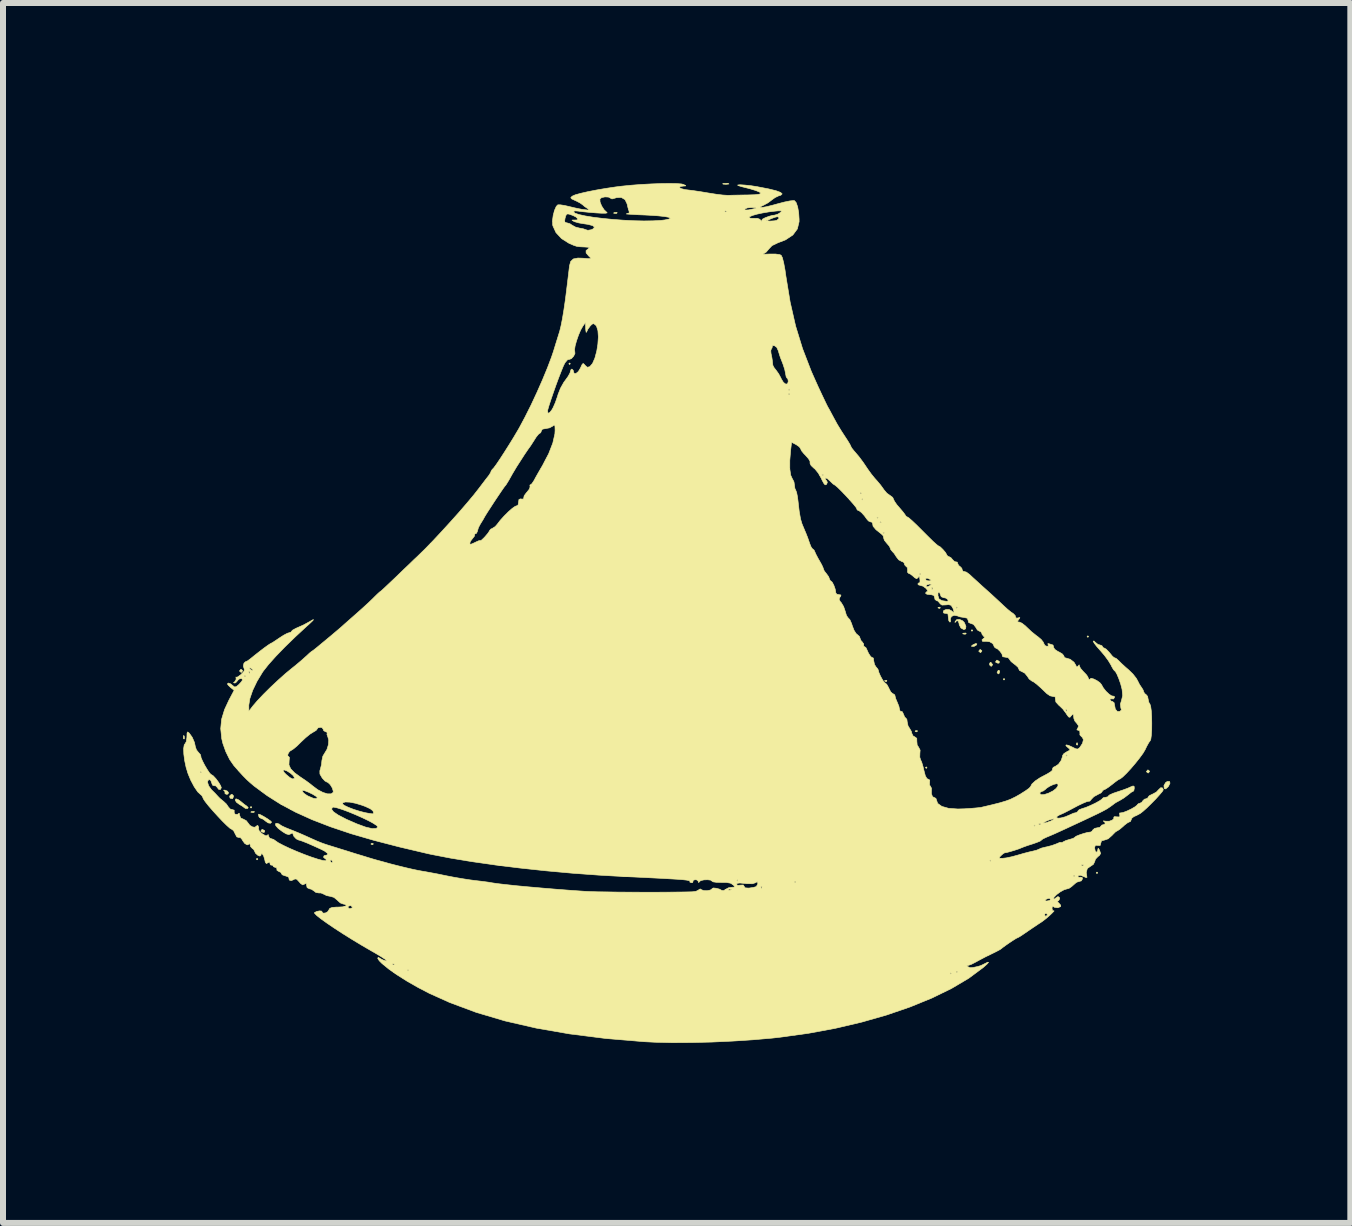
<source format=kicad_pcb>
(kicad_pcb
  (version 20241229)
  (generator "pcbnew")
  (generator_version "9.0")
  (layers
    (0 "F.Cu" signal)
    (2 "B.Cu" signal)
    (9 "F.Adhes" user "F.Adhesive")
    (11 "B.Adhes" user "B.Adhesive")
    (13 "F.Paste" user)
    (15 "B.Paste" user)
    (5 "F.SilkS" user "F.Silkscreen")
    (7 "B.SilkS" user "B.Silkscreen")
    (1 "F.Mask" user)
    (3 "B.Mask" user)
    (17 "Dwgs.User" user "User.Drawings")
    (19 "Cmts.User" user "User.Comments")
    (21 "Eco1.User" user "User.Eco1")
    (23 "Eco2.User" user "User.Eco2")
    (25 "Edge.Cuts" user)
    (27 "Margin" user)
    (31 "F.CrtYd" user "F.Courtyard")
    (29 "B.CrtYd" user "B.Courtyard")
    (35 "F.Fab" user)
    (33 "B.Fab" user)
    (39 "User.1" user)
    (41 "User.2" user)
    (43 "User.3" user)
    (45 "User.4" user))
  (footprint "tajin"
    (layer "F.Cu")
    (at 8.41 7.291)
    (property "Reference" "tajin" (at 0 0 0) (layer "F.SilkS") (effects (font (size 1.524 1.524) (thickness 0.3))))
    (attr through_hole)
    (fp_poly (pts (xy -7.264 3.111) (xy -7.277 3.124) (xy -7.29 3.111) (xy -7.277 3.099) (xy -7.264 3.111)) (stroke (width 0.01) (type solid)) (fill yes) (layer "F.SilkS"))
    (fp_poly (pts (xy -7.163 3.975) (xy -7.176 3.988) (xy -7.188 3.975) (xy -7.176 3.962) (xy -7.163 3.975)) (stroke (width 0.01) (type solid)) (fill yes) (layer "F.SilkS"))
    (fp_poly (pts (xy -1.956 -4.28) (xy -1.968 -4.267) (xy -1.981 -4.28) (xy -1.968 -4.293) (xy -1.956 -4.28)) (stroke (width 0.01) (type solid)) (fill yes) (layer "F.SilkS"))
    (fp_poly (pts (xy 3.988 2.451) (xy 3.975 2.464) (xy 3.962 2.451) (xy 3.975 2.438) (xy 3.988 2.451)) (stroke (width 0.01) (type solid)) (fill yes) (layer "F.SilkS"))
    (fp_poly (pts (xy 4.75 0.165) (xy 4.737 0.178) (xy 4.724 0.165) (xy 4.737 0.152) (xy 4.75 0.165)) (stroke (width 0.01) (type solid)) (fill yes) (layer "F.SilkS"))
    (fp_poly (pts (xy 5.283 0.978) (xy 5.271 0.991) (xy 5.258 0.978) (xy 5.271 0.965) (xy 5.283 0.978)) (stroke (width 0.01) (type solid)) (fill yes) (layer "F.SilkS"))
    (fp_poly (pts (xy 6.68 0.267) (xy 6.668 0.279) (xy 6.655 0.267) (xy 6.668 0.254) (xy 6.68 0.267)) (stroke (width 0.01) (type solid)) (fill yes) (layer "F.SilkS"))
    (fp_poly (pts (xy 6.833 4.204) (xy 6.82 4.216) (xy 6.807 4.204) (xy 6.82 4.191) (xy 6.833 4.204)) (stroke (width 0.01) (type solid)) (fill yes) (layer "F.SilkS"))
    (fp_poly (pts (xy -8.39 1.926) (xy -8.387 1.965) (xy -8.392 1.974) (xy -8.404 1.967) (xy -8.405 1.941) (xy -8.399 1.914) (xy -8.39 1.926)) (stroke (width 0.01) (type solid)) (fill yes) (layer "F.SilkS"))
    (fp_poly (pts (xy -7.22 3.185) (xy -7.228 3.197) (xy -7.254 3.198) (xy -7.281 3.192) (xy -7.269 3.183) (xy -7.229 3.18) (xy -7.22 3.185)) (stroke (width 0.01) (type solid)) (fill yes) (layer "F.SilkS"))
    (fp_poly (pts (xy -5.241 3.717) (xy -5.244 3.732) (xy -5.258 3.734) (xy -5.279 3.725) (xy -5.275 3.717) (xy -5.245 3.714) (xy -5.241 3.717)) (stroke (width 0.01) (type solid)) (fill yes) (layer "F.SilkS"))
    (fp_poly (pts (xy -1.175 -6.797) (xy -1.183 -6.786) (xy -1.209 -6.784) (xy -1.236 -6.79) (xy -1.224 -6.799) (xy -1.184 -6.802) (xy -1.175 -6.797)) (stroke (width 0.01) (type solid)) (fill yes) (layer "F.SilkS"))
    (fp_poly (pts (xy 3.319 0.999) (xy 3.315 1.014) (xy 3.302 1.016) (xy 3.281 1.007) (xy 3.285 0.999) (xy 3.315 0.996) (xy 3.319 0.999)) (stroke (width 0.01) (type solid)) (fill yes) (layer "F.SilkS"))
    (fp_poly (pts (xy 3.827 1.837) (xy 3.823 1.852) (xy 3.81 1.854) (xy 3.789 1.845) (xy 3.793 1.837) (xy 3.823 1.834) (xy 3.827 1.837)) (stroke (width 0.01) (type solid)) (fill yes) (layer "F.SilkS"))
    (fp_poly (pts (xy 4.208 -0.22) (xy 4.204 -0.205) (xy 4.191 -0.203) (xy 4.17 -0.212) (xy 4.174 -0.22) (xy 4.204 -0.223) (xy 4.208 -0.22)) (stroke (width 0.01) (type solid)) (fill yes) (layer "F.SilkS"))
    (fp_poly (pts (xy 4.641 0.213) (xy 4.634 0.225) (xy 4.608 0.227) (xy 4.581 0.22) (xy 4.593 0.211) (xy 4.632 0.208) (xy 4.641 0.213)) (stroke (width 0.01) (type solid)) (fill yes) (layer "F.SilkS"))
    (fp_poly (pts (xy 6.494 2.04) (xy 6.497 2.071) (xy 6.494 2.074) (xy 6.479 2.071) (xy 6.477 2.057) (xy 6.486 2.036) (xy 6.494 2.04)) (stroke (width 0.01) (type solid)) (fill yes) (layer "F.SilkS"))
    (fp_poly (pts (xy -7.572 2.916) (xy -7.569 2.934) (xy -7.585 2.969) (xy -7.62 2.962) (xy -7.628 2.956) (xy -7.633 2.924) (xy -7.607 2.898) (xy -7.593 2.896) (xy -7.572 2.916)) (stroke (width 0.01) (type solid)) (fill yes) (layer "F.SilkS"))
    (fp_poly (pts (xy -7.418 0.832) (xy -7.417 0.838) (xy -7.436 0.863) (xy -7.442 0.864) (xy -7.467 0.844) (xy -7.468 0.838) (xy -7.448 0.814) (xy -7.442 0.813) (xy -7.418 0.832)) (stroke (width 0.01) (type solid)) (fill yes) (layer "F.SilkS"))
    (fp_poly (pts (xy -7.054 3.498) (xy -7.048 3.505) (xy -7.054 3.527) (xy -7.072 3.531) (xy -7.107 3.517) (xy -7.112 3.505) (xy -7.094 3.481) (xy -7.088 3.48) (xy -7.054 3.498)) (stroke (width 0.01) (type solid)) (fill yes) (layer "F.SilkS"))
    (fp_poly (pts (xy 0.679 -7.282) (xy 0.687 -7.275) (xy 0.652 -7.271) (xy 0.635 -7.27) (xy 0.589 -7.273) (xy 0.583 -7.28) (xy 0.591 -7.282) (xy 0.655 -7.286) (xy 0.679 -7.282)) (stroke (width 0.01) (type solid)) (fill yes) (layer "F.SilkS"))
    (fp_poly (pts (xy 4.819 0.388) (xy 4.813 0.406) (xy 4.777 0.428) (xy 4.755 0.431) (xy 4.726 0.427) (xy 4.745 0.41) (xy 4.75 0.406) (xy 4.796 0.384) (xy 4.819 0.388)) (stroke (width 0.01) (type solid)) (fill yes) (layer "F.SilkS"))
    (fp_poly (pts (xy 4.901 0.502) (xy 4.902 0.508) (xy 4.883 0.533) (xy 4.877 0.533) (xy 4.852 0.514) (xy 4.851 0.508) (xy 4.871 0.483) (xy 4.877 0.483) (xy 4.901 0.502)) (stroke (width 0.01) (type solid)) (fill yes) (layer "F.SilkS"))
    (fp_poly (pts (xy 5.055 0.699) (xy 5.079 0.731) (xy 5.08 0.738) (xy 5.061 0.761) (xy 5.055 0.762) (xy 5.032 0.741) (xy 5.029 0.722) (xy 5.042 0.696) (xy 5.055 0.699)) (stroke (width 0.01) (type solid)) (fill yes) (layer "F.SilkS"))
    (fp_poly (pts (xy 5.189 0.679) (xy 5.194 0.686) (xy 5.189 0.708) (xy 5.17 0.711) (xy 5.136 0.698) (xy 5.131 0.686) (xy 5.149 0.661) (xy 5.155 0.66) (xy 5.189 0.679)) (stroke (width 0.01) (type solid)) (fill yes) (layer "F.SilkS"))
    (fp_poly (pts (xy 5.196 0.836) (xy 5.199 0.852) (xy 5.187 0.885) (xy 5.177 0.889) (xy 5.157 0.87) (xy 5.156 0.865) (xy 5.174 0.83) (xy 5.177 0.828) (xy 5.196 0.836)) (stroke (width 0.01) (type solid)) (fill yes) (layer "F.SilkS"))
    (fp_poly (pts (xy 7.695 2.509) (xy 7.696 2.515) (xy 7.677 2.539) (xy 7.671 2.54) (xy 7.646 2.521) (xy 7.645 2.515) (xy 7.665 2.49) (xy 7.671 2.489) (xy 7.695 2.509)) (stroke (width 0.01) (type solid)) (fill yes) (layer "F.SilkS"))
    (fp_poly (pts (xy 8.037 2.71) (xy 8.012 2.761) (xy 8.005 2.77) (xy 7.965 2.806) (xy 7.941 2.8) (xy 7.936 2.75) (xy 7.963 2.701) (xy 7.989 2.683) (xy 8.029 2.681) (xy 8.037 2.71)) (stroke (width 0.01) (type solid)) (fill yes) (layer "F.SilkS"))
    (fp_poly (pts (xy -7.711 2.826) (xy -7.669 2.843) (xy -7.651 2.871) (xy -7.663 2.892) (xy -7.683 2.896) (xy -7.711 2.885) (xy -7.71 2.872) (xy -7.715 2.843) (xy -7.728 2.835) (xy -7.734 2.826) (xy -7.711 2.826)) (stroke (width 0.01) (type solid)) (fill yes) (layer "F.SilkS"))
    (fp_poly (pts (xy -7.483 2.988) (xy -7.446 3.016) (xy -7.39 3.063) (xy -7.353 3.088) (xy -7.324 3.116) (xy -7.332 3.131) (xy -7.37 3.131) (xy -7.385 3.12) (xy -7.429 3.088) (xy -7.47 3.064) (xy -7.516 3.031) (xy -7.539 2.997) (xy -7.534 2.974) (xy -7.521 2.972) (xy -7.483 2.988)) (stroke (width 0.01) (type solid)) (fill yes) (layer "F.SilkS"))
    (fp_poly (pts (xy -7.115 3.238) (xy -7.06 3.268) (xy -7 3.305) (xy -6.953 3.339) (xy -6.934 3.359) (xy -6.952 3.378) (xy -6.991 3.372) (xy -7.031 3.345) (xy -7.036 3.34) (xy -7.078 3.308) (xy -7.1 3.302) (xy -7.136 3.282) (xy -7.147 3.264) (xy -7.153 3.231) (xy -7.148 3.226) (xy -7.115 3.238)) (stroke (width 0.01) (type solid)) (fill yes) (layer "F.SilkS"))
    (fp_poly (pts (xy 4.583 0.005) (xy 4.611 0.035) (xy 4.636 0.096) (xy 4.631 0.138) (xy 4.602 0.151) (xy 4.556 0.126) (xy 4.552 0.122) (xy 4.525 0.071) (xy 4.521 0.046) (xy 4.507 0.006) (xy 4.479 0.005) (xy 4.462 0.026) (xy 4.454 0.032) (xy 4.455 0.02) (xy 4.482 -0.015) (xy 4.53 -0.019) (xy 4.583 0.005)) (stroke (width 0.01) (type solid)) (fill yes) (layer "F.SilkS"))
    (fp_poly (pts (xy -0.188 -7.282) (xy -0.106 -7.276) (xy -0.076 -7.269) (xy -0.034 -7.25) (xy -0.037 -7.242) (xy -0.068 -7.241) (xy -0.125 -7.233) (xy -0.138 -7.217) (xy -0.111 -7.199) (xy -0.048 -7.182) (xy -0.007 -7.177) (xy 0.09 -7.165) (xy 0.212 -7.147) (xy 0.338 -7.126) (xy 0.363 -7.122) (xy 0.477 -7.104) (xy 0.583 -7.091) (xy 0.663 -7.086) (xy 0.68 -7.086) (xy 0.75 -7.088) (xy 0.852 -7.09) (xy 0.966 -7.092) (xy 0.997 -7.092) (xy 1.12 -7.096) (xy 1.194 -7.105) (xy 1.219 -7.122) (xy 1.219 -7.122) (xy 1.196 -7.141) (xy 1.135 -7.166) (xy 1.046 -7.193) (xy 0.997 -7.206) (xy 0.897 -7.231) (xy 0.843 -7.248) (xy 0.831 -7.257) (xy 0.856 -7.261) (xy 0.876 -7.262) (xy 0.953 -7.257) (xy 1.057 -7.246) (xy 1.166 -7.229) (xy 1.168 -7.228) (xy 1.345 -7.194) (xy 1.471 -7.163) (xy 1.547 -7.135) (xy 1.574 -7.11) (xy 1.551 -7.088) (xy 1.517 -7.078) (xy 1.456 -7.049) (xy 1.402 -7.01) (xy 1.337 -6.961) (xy 1.263 -6.921) (xy 1.215 -6.897) (xy 1.212 -6.885) (xy 1.247 -6.885) (xy 1.316 -6.897) (xy 1.413 -6.921) (xy 1.511 -6.948) (xy 1.615 -6.975) (xy 1.704 -6.993) (xy 1.764 -6.999) (xy 1.778 -6.998) (xy 1.807 -6.965) (xy 1.832 -6.894) (xy 1.849 -6.798) (xy 1.856 -6.69) (xy 1.856 -6.646) (xy 1.827 -6.526) (xy 1.752 -6.425) (xy 1.63 -6.344) (xy 1.503 -6.295) (xy 1.405 -6.248) (xy 1.352 -6.192) (xy 1.307 -6.139) (xy 1.259 -6.111) (xy 1.254 -6.106) (xy 1.292 -6.105) (xy 1.364 -6.108) (xy 1.364 -6.108) (xy 1.463 -6.108) (xy 1.534 -6.098) (xy 1.557 -6.087) (xy 1.577 -6.048) (xy 1.599 -5.963) (xy 1.622 -5.839) (xy 1.636 -5.74) (xy 1.707 -5.307) (xy 1.798 -4.908) (xy 1.914 -4.53) (xy 2.057 -4.159) (xy 2.082 -4.102) (xy 2.127 -4.001) (xy 2.177 -3.89) (xy 2.229 -3.779) (xy 2.276 -3.68) (xy 2.313 -3.603) (xy 2.335 -3.559) (xy 2.337 -3.556) (xy 2.361 -3.514) (xy 2.399 -3.443) (xy 2.436 -3.374) (xy 2.491 -3.273) (xy 2.56 -3.16) (xy 2.614 -3.077) (xy 2.665 -2.999) (xy 2.702 -2.938) (xy 2.718 -2.905) (xy 2.718 -2.903) (xy 2.734 -2.874) (xy 2.774 -2.824) (xy 2.79 -2.806) (xy 2.852 -2.733) (xy 2.915 -2.649) (xy 2.93 -2.628) (xy 3.004 -2.518) (xy 3.062 -2.438) (xy 3.115 -2.373) (xy 3.158 -2.325) (xy 3.215 -2.257) (xy 3.264 -2.189) (xy 3.27 -2.18) (xy 3.319 -2.122) (xy 3.37 -2.086) (xy 3.415 -2.053) (xy 3.429 -2.024) (xy 3.445 -1.988) (xy 3.486 -1.929) (xy 3.53 -1.878) (xy 3.584 -1.815) (xy 3.621 -1.766) (xy 3.632 -1.746) (xy 3.652 -1.728) (xy 3.659 -1.727) (xy 3.686 -1.71) (xy 3.74 -1.663) (xy 3.815 -1.592) (xy 3.902 -1.505) (xy 3.921 -1.486) (xy 4.01 -1.397) (xy 4.086 -1.322) (xy 4.144 -1.27) (xy 4.175 -1.245) (xy 4.177 -1.245) (xy 4.209 -1.227) (xy 4.253 -1.184) (xy 4.295 -1.135) (xy 4.317 -1.096) (xy 4.318 -1.091) (xy 4.338 -1.069) (xy 4.35 -1.067) (xy 4.387 -1.047) (xy 4.414 -1.015) (xy 4.448 -0.981) (xy 4.471 -0.978) (xy 4.493 -0.973) (xy 4.496 -0.957) (xy 4.516 -0.916) (xy 4.534 -0.905) (xy 4.568 -0.871) (xy 4.572 -0.851) (xy 4.588 -0.82) (xy 4.605 -0.818) (xy 4.644 -0.807) (xy 4.695 -0.769) (xy 4.703 -0.762) (xy 4.751 -0.717) (xy 4.825 -0.65) (xy 4.911 -0.571) (xy 4.954 -0.533) (xy 5.052 -0.445) (xy 5.153 -0.352) (xy 5.239 -0.272) (xy 5.262 -0.25) (xy 5.33 -0.188) (xy 5.389 -0.14) (xy 5.423 -0.118) (xy 5.457 -0.084) (xy 5.461 -0.065) (xy 5.477 -0.039) (xy 5.505 -0.044) (xy 5.535 -0.051) (xy 5.527 -0.032) (xy 5.515 -0.017) (xy 5.494 0.015) (xy 5.512 0.025) (xy 5.525 0.025) (xy 5.568 0.043) (xy 5.625 0.087) (xy 5.652 0.113) (xy 5.728 0.185) (xy 5.814 0.254) (xy 5.833 0.267) (xy 5.891 0.316) (xy 5.926 0.361) (xy 5.931 0.376) (xy 5.952 0.415) (xy 5.978 0.427) (xy 6.011 0.426) (xy 6.006 0.405) (xy 6.002 0.383) (xy 6.03 0.389) (xy 6.073 0.404) (xy 6.085 0.406) (xy 6.095 0.427) (xy 6.096 0.446) (xy 6.117 0.48) (xy 6.17 0.516) (xy 6.185 0.522) (xy 6.24 0.554) (xy 6.267 0.585) (xy 6.267 0.591) (xy 6.282 0.619) (xy 6.299 0.623) (xy 6.373 0.645) (xy 6.437 0.694) (xy 6.465 0.74) (xy 6.482 0.775) (xy 6.501 0.764) (xy 6.505 0.759) (xy 6.523 0.738) (xy 6.527 0.757) (xy 6.545 0.795) (xy 6.588 0.845) (xy 6.598 0.855) (xy 6.643 0.902) (xy 6.667 0.936) (xy 6.668 0.94) (xy 6.683 0.976) (xy 6.687 0.98) (xy 6.704 0.981) (xy 6.706 0.973) (xy 6.723 0.962) (xy 6.767 0.974) (xy 6.82 1.001) (xy 6.868 1.035) (xy 6.896 1.068) (xy 6.897 1.071) (xy 6.925 1.121) (xy 6.97 1.178) (xy 7.022 1.227) (xy 7.066 1.256) (xy 7.086 1.258) (xy 7.108 1.263) (xy 7.112 1.28) (xy 7.096 1.307) (xy 7.074 1.305) (xy 7.041 1.306) (xy 7.036 1.318) (xy 7.056 1.343) (xy 7.074 1.346) (xy 7.105 1.368) (xy 7.112 1.403) (xy 7.126 1.476) (xy 7.16 1.515) (xy 7.2 1.515) (xy 7.228 1.49) (xy 7.218 1.457) (xy 7.21 1.392) (xy 7.228 1.334) (xy 7.248 1.251) (xy 7.239 1.152) (xy 7.237 1.141) (xy 7.215 1.056) (xy 7.185 0.97) (xy 7.154 0.896) (xy 7.127 0.848) (xy 7.114 0.838) (xy 7.095 0.817) (xy 7.065 0.765) (xy 7.052 0.738) (xy 7.009 0.667) (xy 6.945 0.58) (xy 6.88 0.504) (xy 6.819 0.435) (xy 6.775 0.378) (xy 6.757 0.345) (xy 6.757 0.344) (xy 6.77 0.34) (xy 6.792 0.362) (xy 6.837 0.398) (xy 6.867 0.406) (xy 6.903 0.419) (xy 6.909 0.432) (xy 6.929 0.456) (xy 6.941 0.458) (xy 6.974 0.477) (xy 7.02 0.525) (xy 7.036 0.544) (xy 7.078 0.595) (xy 7.109 0.62) (xy 7.115 0.621) (xy 7.14 0.631) (xy 7.181 0.668) (xy 7.181 0.668) (xy 7.229 0.716) (xy 7.298 0.779) (xy 7.348 0.822) (xy 7.418 0.89) (xy 7.474 0.961) (xy 7.496 1) (xy 7.529 1.065) (xy 7.561 1.113) (xy 7.562 1.113) (xy 7.59 1.159) (xy 7.595 1.18) (xy 7.615 1.218) (xy 7.633 1.228) (xy 7.663 1.262) (xy 7.671 1.302) (xy 7.684 1.363) (xy 7.703 1.393) (xy 7.715 1.431) (xy 7.725 1.504) (xy 7.731 1.602) (xy 7.733 1.711) (xy 7.732 1.819) (xy 7.726 1.912) (xy 7.717 1.978) (xy 7.707 2.002) (xy 7.684 2.033) (xy 7.649 2.096) (xy 7.622 2.153) (xy 7.587 2.212) (xy 7.53 2.29) (xy 7.46 2.378) (xy 7.385 2.466) (xy 7.312 2.545) (xy 7.25 2.605) (xy 7.207 2.638) (xy 7.196 2.642) (xy 7.17 2.656) (xy 7.117 2.695) (xy 7.072 2.731) (xy 7.007 2.78) (xy 6.956 2.812) (xy 6.936 2.819) (xy 6.91 2.838) (xy 6.909 2.846) (xy 6.887 2.872) (xy 6.835 2.898) (xy 6.832 2.9) (xy 6.769 2.934) (xy 6.729 2.975) (xy 6.701 3.009) (xy 6.682 3.011) (xy 6.652 3.017) (xy 6.589 3.043) (xy 6.503 3.084) (xy 6.452 3.111) (xy 6.354 3.163) (xy 6.27 3.206) (xy 6.21 3.233) (xy 6.195 3.239) (xy 6.155 3.263) (xy 6.147 3.28) (xy 6.168 3.294) (xy 6.221 3.289) (xy 6.292 3.27) (xy 6.366 3.239) (xy 6.371 3.236) (xy 6.43 3.21) (xy 6.471 3.201) (xy 6.5 3.185) (xy 6.502 3.175) (xy 6.524 3.152) (xy 6.572 3.134) (xy 6.635 3.114) (xy 6.713 3.081) (xy 6.793 3.043) (xy 6.86 3.006) (xy 6.902 2.977) (xy 6.909 2.966) (xy 6.93 2.95) (xy 6.96 2.946) (xy 7.001 2.937) (xy 7.01 2.923) (xy 7.033 2.904) (xy 7.091 2.878) (xy 7.156 2.856) (xy 7.249 2.825) (xy 7.333 2.794) (xy 7.372 2.776) (xy 7.421 2.756) (xy 7.439 2.763) (xy 7.442 2.793) (xy 7.434 2.835) (xy 7.423 2.845) (xy 7.393 2.86) (xy 7.345 2.898) (xy 7.34 2.902) (xy 7.269 2.956) (xy 7.201 2.997) (xy 7.145 3.027) (xy 7.113 3.047) (xy 7.112 3.048) (xy 7.084 3.07) (xy 7.033 3.107) (xy 7.023 3.113) (xy 6.991 3.135) (xy 6.952 3.157) (xy 6.901 3.184) (xy 6.831 3.219) (xy 6.734 3.265) (xy 6.605 3.326) (xy 6.437 3.404) (xy 6.426 3.409) (xy 6.289 3.473) (xy 6.188 3.519) (xy 6.116 3.552) (xy 6.063 3.575) (xy 6.02 3.593) (xy 5.979 3.61) (xy 5.975 3.612) (xy 5.92 3.638) (xy 5.893 3.658) (xy 5.893 3.66) (xy 5.871 3.676) (xy 5.813 3.699) (xy 5.747 3.722) (xy 5.662 3.749) (xy 5.593 3.774) (xy 5.563 3.786) (xy 5.516 3.805) (xy 5.447 3.828) (xy 5.373 3.85) (xy 5.313 3.866) (xy 5.283 3.87) (xy 5.258 3.883) (xy 5.222 3.915) (xy 5.19 3.948) (xy 5.199 3.961) (xy 5.247 3.962) (xy 5.309 3.955) (xy 5.399 3.936) (xy 5.499 3.909) (xy 5.499 3.909) (xy 5.599 3.88) (xy 5.691 3.856) (xy 5.753 3.842) (xy 5.816 3.826) (xy 5.855 3.809) (xy 5.894 3.792) (xy 5.962 3.775) (xy 5.982 3.771) (xy 6.068 3.749) (xy 6.145 3.721) (xy 6.153 3.717) (xy 6.201 3.697) (xy 6.223 3.697) (xy 6.223 3.698) (xy 6.238 3.7) (xy 6.255 3.689) (xy 6.301 3.666) (xy 6.368 3.646) (xy 6.369 3.646) (xy 6.425 3.629) (xy 6.451 3.612) (xy 6.452 3.61) (xy 6.473 3.594) (xy 6.527 3.572) (xy 6.595 3.549) (xy 6.661 3.531) (xy 6.706 3.525) (xy 6.713 3.525) (xy 6.737 3.511) (xy 6.747 3.493) (xy 6.781 3.463) (xy 6.823 3.454) (xy 6.869 3.445) (xy 6.883 3.429) (xy 6.904 3.406) (xy 6.921 3.404) (xy 6.956 3.389) (xy 6.951 3.36) (xy 6.928 3.343) (xy 6.926 3.338) (xy 6.963 3.343) (xy 6.966 3.344) (xy 7.025 3.344) (xy 7.076 3.325) (xy 7.103 3.297) (xy 7.1 3.277) (xy 7.112 3.267) (xy 7.151 3.271) (xy 7.196 3.273) (xy 7.202 3.252) (xy 7.198 3.24) (xy 7.196 3.207) (xy 7.217 3.205) (xy 7.257 3.198) (xy 7.32 3.174) (xy 7.39 3.141) (xy 7.452 3.105) (xy 7.489 3.076) (xy 7.493 3.067) (xy 7.513 3.05) (xy 7.528 3.048) (xy 7.568 3.028) (xy 7.578 3.01) (xy 7.612 2.976) (xy 7.632 2.972) (xy 7.666 2.958) (xy 7.671 2.945) (xy 7.692 2.919) (xy 7.744 2.893) (xy 7.748 2.892) (xy 7.81 2.858) (xy 7.85 2.816) (xy 7.883 2.785) (xy 7.914 2.79) (xy 7.925 2.821) (xy 7.908 2.85) (xy 7.862 2.904) (xy 7.799 2.974) (xy 7.725 3.049) (xy 7.652 3.121) (xy 7.587 3.179) (xy 7.542 3.214) (xy 7.539 3.216) (xy 7.477 3.249) (xy 7.436 3.266) (xy 7.398 3.296) (xy 7.391 3.318) (xy 7.376 3.35) (xy 7.365 3.353) (xy 7.331 3.369) (xy 7.278 3.409) (xy 7.257 3.429) (xy 7.203 3.475) (xy 7.163 3.502) (xy 7.155 3.505) (xy 7.127 3.523) (xy 7.083 3.567) (xy 7.07 3.581) (xy 7.006 3.637) (xy 6.945 3.658) (xy 6.896 3.67) (xy 6.883 3.71) (xy 6.873 3.748) (xy 6.835 3.747) (xy 6.833 3.747) (xy 6.795 3.743) (xy 6.782 3.776) (xy 6.782 3.796) (xy 6.792 3.844) (xy 6.813 3.861) (xy 6.831 3.84) (xy 6.834 3.816) (xy 6.84 3.794) (xy 6.857 3.817) (xy 6.865 3.833) (xy 6.881 3.882) (xy 6.859 3.916) (xy 6.838 3.931) (xy 6.795 3.976) (xy 6.782 4.017) (xy 6.76 4.063) (xy 6.722 4.088) (xy 6.659 4.132) (xy 6.641 4.2) (xy 6.648 4.242) (xy 6.653 4.281) (xy 6.632 4.281) (xy 6.609 4.27) (xy 6.544 4.244) (xy 6.508 4.25) (xy 6.502 4.266) (xy 6.521 4.28) (xy 6.54 4.276) (xy 6.573 4.281) (xy 6.579 4.303) (xy 6.559 4.338) (xy 6.539 4.343) (xy 6.486 4.359) (xy 6.463 4.375) (xy 6.397 4.433) (xy 6.355 4.462) (xy 6.327 4.47) (xy 6.325 4.47) (xy 6.274 4.485) (xy 6.21 4.52) (xy 6.148 4.566) (xy 6.106 4.609) (xy 6.096 4.632) (xy 6.109 4.642) (xy 6.126 4.628) (xy 6.17 4.599) (xy 6.194 4.614) (xy 6.198 4.636) (xy 6.181 4.669) (xy 6.167 4.674) (xy 6.161 4.685) (xy 6.186 4.71) (xy 6.216 4.744) (xy 6.215 4.766) (xy 6.168 4.786) (xy 6.113 4.779) (xy 6.09 4.763) (xy 6.076 4.763) (xy 6.071 4.796) (xy 6.08 4.837) (xy 6.102 4.836) (xy 6.105 4.84) (xy 6.076 4.871) (xy 6.045 4.901) (xy 5.976 4.962) (xy 5.909 5.014) (xy 5.89 5.027) (xy 5.836 5.062) (xy 5.757 5.115) (xy 5.67 5.174) (xy 5.669 5.175) (xy 5.593 5.227) (xy 5.534 5.266) (xy 5.503 5.283) (xy 5.502 5.283) (xy 5.474 5.296) (xy 5.42 5.33) (xy 5.355 5.373) (xy 5.292 5.417) (xy 5.246 5.451) (xy 5.232 5.463) (xy 5.204 5.483) (xy 5.144 5.515) (xy 5.067 5.553) (xy 4.964 5.603) (xy 4.858 5.659) (xy 4.796 5.693) (xy 4.728 5.728) (xy 4.676 5.746) (xy 4.659 5.745) (xy 4.652 5.746) (xy 4.66 5.762) (xy 4.701 5.785) (xy 4.753 5.782) (xy 4.833 5.765) (xy 4.886 5.749) (xy 4.935 5.725) (xy 4.945 5.72) (xy 5 5.693) (xy 5.013 5.696) (xy 4.986 5.727) (xy 4.924 5.782) (xy 4.683 5.961) (xy 4.396 6.131) (xy 4.07 6.29) (xy 3.708 6.438) (xy 3.315 6.573) (xy 2.898 6.692) (xy 2.46 6.795) (xy 2.006 6.879) (xy 1.542 6.943) (xy 1.41 6.958) (xy 1.087 6.986) (xy 0.747 7.008) (xy 0.402 7.024) (xy 0.064 7.032) (xy -0.256 7.034) (xy -0.545 7.027) (xy -0.724 7.018) (xy -1.368 6.964) (xy -1.968 6.888) (xy -2.526 6.791) (xy -3.043 6.672) (xy -3.523 6.53) (xy -3.966 6.365) (xy -4.306 6.212) (xy -4.492 6.115) (xy -4.673 6.012) (xy -4.839 5.907) (xy -4.878 5.88) (xy 4.369 5.88) (xy 4.381 5.893) (xy 4.394 5.88) (xy 4.381 5.867) (xy 4.369 5.88) (xy -4.878 5.88) (xy -4.914 5.855) (xy 4.47 5.855) (xy 4.483 5.867) (xy 4.496 5.855) (xy 4.483 5.842) (xy 4.47 5.855) (xy -4.914 5.855) (xy -4.95 5.829) (xy -4.674 5.829) (xy -4.661 5.842) (xy -4.648 5.829) (xy -4.661 5.817) (xy -4.674 5.829) (xy -4.95 5.829) (xy -4.982 5.807) (xy -5.084 5.723) (xy -4.919 5.723) (xy -4.916 5.739) (xy -4.902 5.74) (xy -4.881 5.731) (xy -4.885 5.723) (xy -4.915 5.72) (xy -4.919 5.723) (xy -5.084 5.723) (xy -5.092 5.717) (xy -5.141 5.668) (xy -5.166 5.627) (xy -5.157 5.612) (xy -5.12 5.633) (xy -5.117 5.636) (xy -5.076 5.657) (xy -5.016 5.675) (xy -5.011 5.669) (xy -5.044 5.643) (xy -5.111 5.599) (xy -5.206 5.542) (xy -5.283 5.498) (xy -5.441 5.406) (xy -5.598 5.311) (xy -5.75 5.216) (xy -5.89 5.125) (xy -6.012 5.042) (xy -6.111 4.971) (xy -6.182 4.915) (xy -6.194 4.902) (xy 5.944 4.902) (xy 5.963 4.927) (xy 5.969 4.928) (xy 5.994 4.908) (xy 5.994 4.902) (xy 5.975 4.878) (xy 5.969 4.877) (xy 5.944 4.896) (xy 5.944 4.902) (xy -6.194 4.902) (xy -6.218 4.878) (xy -6.22 4.867) (xy -6.181 4.847) (xy -6.134 4.838) (xy -6.1 4.842) (xy -6.096 4.85) (xy -6.079 4.875) (xy -6.04 4.874) (xy -6 4.853) (xy -5.982 4.826) (xy -5.964 4.796) (xy -5.926 4.781) (xy -5.855 4.775) (xy -5.828 4.775) (xy -5.664 4.775) (xy -5.644 4.798) (xy -5.626 4.801) (xy -5.592 4.787) (xy -5.588 4.775) (xy -5.609 4.753) (xy -5.626 4.75) (xy -5.66 4.764) (xy -5.664 4.775) (xy -5.828 4.775) (xy -5.752 4.771) (xy -5.702 4.76) (xy -5.69 4.75) (xy -5.711 4.729) (xy -5.739 4.724) (xy -5.788 4.706) (xy -5.831 4.667) (xy 5.949 4.667) (xy 5.974 4.673) (xy 5.988 4.673) (xy 6.033 4.664) (xy 6.045 4.648) (xy 6.029 4.625) (xy 5.983 4.64) (xy 5.969 4.648) (xy 5.949 4.667) (xy -5.831 4.667) (xy -5.837 4.661) (xy -5.895 4.613) (xy -5.949 4.597) (xy -6.018 4.583) (xy -6.057 4.563) (xy -6.112 4.539) (xy -6.147 4.539) (xy -6.196 4.531) (xy -6.222 4.51) (xy -6.271 4.477) (xy -6.302 4.47) (xy -6.342 4.451) (xy -6.35 4.416) (xy -6.356 4.38) (xy -6.38 4.388) (xy -6.386 4.392) (xy -6.417 4.404) (xy -6.453 4.379) (xy -6.474 4.354) (xy -6.515 4.31) (xy -6.546 4.305) (xy -6.565 4.317) (xy -6.605 4.333) (xy -6.638 4.325) (xy -6.646 4.3) (xy -6.642 4.293) (xy -6.654 4.273) (xy -6.701 4.255) (xy -6.706 4.255) (xy -6.755 4.237) (xy -6.77 4.218) (xy -6.77 4.217) (xy -6.78 4.196) (xy -6.81 4.183) (xy -6.845 4.162) (xy -6.846 4.142) (xy -6.851 4.119) (xy -6.869 4.115) (xy -6.904 4.101) (xy -6.909 4.088) (xy -6.924 4.073) (xy -6.934 4.077) (xy -6.955 4.07) (xy -6.96 4.05) (xy -6.967 4.022) (xy -6.995 4.036) (xy -6.996 4.037) (xy -7.022 4.049) (xy -7.039 4.026) (xy -7.044 4.003) (xy -5.96 4.003) (xy -5.956 4.013) (xy -5.933 4.037) (xy -5.929 4.039) (xy -5.918 4.019) (xy -5.918 4.013) (xy -5.938 3.989) (xy -5.945 3.988) (xy -5.96 4.003) (xy -7.044 4.003) (xy -7.05 3.977) (xy -7.067 3.921) (xy -7.089 3.888) (xy -7.106 3.885) (xy -7.112 3.912) (xy -7.129 3.925) (xy -7.163 3.912) (xy -7.203 3.876) (xy -7.214 3.85) (xy -7.234 3.812) (xy -7.252 3.801) (xy -7.285 3.766) (xy -7.29 3.741) (xy -7.297 3.714) (xy -7.309 3.725) (xy -7.34 3.738) (xy -7.381 3.715) (xy -7.417 3.666) (xy -7.425 3.649) (xy -7.455 3.615) (xy -7.479 3.615) (xy -7.514 3.605) (xy -7.541 3.554) (xy -7.567 3.502) (xy -7.595 3.48) (xy -7.595 3.48) (xy -7.627 3.462) (xy -7.682 3.413) (xy -7.754 3.342) (xy -7.833 3.258) (xy -7.913 3.17) (xy -7.985 3.087) (xy -8.041 3.016) (xy -8.073 2.968) (xy -8.077 2.954) (xy -8.097 2.916) (xy -8.113 2.903) (xy -8.165 2.855) (xy -8.223 2.77) (xy -8.282 2.659) (xy -8.326 2.553) (xy -8.334 2.527) (xy -8.128 2.527) (xy -8.115 2.54) (xy -8.103 2.527) (xy -8.115 2.515) (xy -8.128 2.527) (xy -8.334 2.527) (xy -8.359 2.446) (xy -8.383 2.332) (xy -8.397 2.224) (xy -8.4 2.133) (xy -8.39 2.072) (xy -8.377 2.054) (xy -8.356 2.018) (xy -8.346 1.953) (xy -8.345 1.936) (xy -8.343 1.875) (xy -8.333 1.856) (xy -8.31 1.873) (xy -8.305 1.878) (xy -8.257 1.945) (xy -8.22 2.03) (xy -8.204 2.105) (xy -8.204 2.105) (xy -8.186 2.156) (xy -8.153 2.197) (xy -8.12 2.234) (xy -8.114 2.255) (xy -8.11 2.283) (xy -8.086 2.339) (xy -8.05 2.409) (xy -8.008 2.48) (xy -7.971 2.536) (xy -7.944 2.565) (xy -7.94 2.566) (xy -7.907 2.587) (xy -7.862 2.635) (xy -7.817 2.696) (xy -7.783 2.753) (xy -7.772 2.785) (xy -7.787 2.816) (xy -7.817 2.812) (xy -7.84 2.78) (xy -7.869 2.752) (xy -7.888 2.753) (xy -7.918 2.743) (xy -7.93 2.712) (xy -7.948 2.663) (xy -7.976 2.648) (xy -7.997 2.67) (xy -8.001 2.697) (xy -7.983 2.754) (xy -7.939 2.815) (xy -7.931 2.824) (xy -7.877 2.877) (xy -7.837 2.92) (xy -7.834 2.924) (xy -7.795 2.964) (xy -7.739 3.01) (xy -7.738 3.01) (xy -7.687 3.058) (xy -7.656 3.104) (xy -7.656 3.105) (xy -7.622 3.142) (xy -7.591 3.15) (xy -7.557 3.16) (xy -7.558 3.178) (xy -7.556 3.213) (xy -7.541 3.227) (xy -7.501 3.231) (xy -7.488 3.218) (xy -7.473 3.211) (xy -7.468 3.243) (xy -7.449 3.291) (xy -7.41 3.307) (xy -7.356 3.335) (xy -7.329 3.37) (xy -7.296 3.413) (xy -7.249 3.44) (xy -7.209 3.444) (xy -7.192 3.428) (xy -7.169 3.414) (xy -7.162 3.417) (xy -7.149 3.449) (xy -7.153 3.465) (xy -7.143 3.501) (xy -7.1 3.546) (xy -7.09 3.553) (xy -7.035 3.586) (xy -7.007 3.583) (xy -7.002 3.575) (xy -6.991 3.566) (xy -6.987 3.588) (xy -6.968 3.625) (xy -6.949 3.632) (xy -6.9 3.648) (xy -6.878 3.664) (xy -6.825 3.701) (xy -6.74 3.746) (xy -6.632 3.797) (xy -6.511 3.849) (xy -6.386 3.899) (xy -6.266 3.943) (xy -6.161 3.977) (xy -6.08 3.998) (xy -6.032 4.003) (xy -6.024 3.999) (xy -6.027 3.976) (xy -6.039 3.97) (xy -6.069 3.944) (xy -6.059 3.918) (xy -6.032 3.912) (xy -5.997 3.902) (xy -6.004 3.877) (xy -6.05 3.842) (xy -6.102 3.815) (xy -6.227 3.758) (xy -6.336 3.71) (xy -6.422 3.676) (xy -6.474 3.659) (xy -6.482 3.658) (xy -6.523 3.638) (xy -6.563 3.595) (xy -6.579 3.555) (xy -6.587 3.537) (xy -6.615 3.554) (xy -6.647 3.567) (xy -6.693 3.554) (xy -6.753 3.517) (xy -6.823 3.464) (xy -6.864 3.418) (xy -6.871 3.387) (xy -6.846 3.378) (xy -6.805 3.392) (xy -6.797 3.4) (xy -6.767 3.42) (xy -6.706 3.449) (xy -6.662 3.467) (xy -6.573 3.502) (xy -6.464 3.547) (xy -6.375 3.586) (xy -6.26 3.638) (xy -6.179 3.674) (xy -6.12 3.698) (xy -6.073 3.716) (xy -6.058 3.721) (xy -6.004 3.739) (xy -5.914 3.767) (xy -5.798 3.803) (xy -5.669 3.843) (xy -5.536 3.885) (xy -5.41 3.923) (xy -5.303 3.956) (xy -5.226 3.979) (xy -5.194 3.988) (xy -5.128 4.006) (xy -5.036 4.031) (xy -4.966 4.051) (xy -4.837 4.084) (xy -4.703 4.117) (xy -4.578 4.146) (xy -4.475 4.167) (xy -4.42 4.177) (xy -4.371 4.185) (xy -4.285 4.201) (xy -4.172 4.222) (xy -4.046 4.248) (xy -4.037 4.25) (xy -3.897 4.277) (xy -3.758 4.301) (xy -3.636 4.32) (xy -3.554 4.331) (xy -3.442 4.344) (xy -3.327 4.359) (xy -3.264 4.37) (xy -3.168 4.384) (xy -3.029 4.4) (xy -2.853 4.419) (xy -2.649 4.438) (xy -2.422 4.458) (xy -2.181 4.478) (xy -1.933 4.497) (xy -1.714 4.512) (xy -1.629 4.516) (xy -1.501 4.52) (xy -1.34 4.522) (xy -1.154 4.525) (xy -0.951 4.526) (xy -0.74 4.527) (xy -0.529 4.527) (xy -0.328 4.526) (xy -0.144 4.524) (xy -0.064 4.523) (xy -0.003 4.522) (xy 0.074 4.52) (xy 0.075 4.52) (xy 0.14 4.511) (xy 0.18 4.491) (xy 0.182 4.488) (xy 0.209 4.472) (xy 0.228 4.485) (xy 0.267 4.5) (xy 0.324 4.501) (xy 0.377 4.491) (xy 0.406 4.471) (xy 0.406 4.467) (xy 0.427 4.456) (xy 0.474 4.461) (xy 0.528 4.475) (xy 0.568 4.497) (xy 0.569 4.497) (xy 0.602 4.499) (xy 0.615 4.49) (xy 0.671 4.49) (xy 0.696 4.494) (xy 0.729 4.489) (xy 0.73 4.48) (xy 0.696 4.474) (xy 0.681 4.478) (xy 0.671 4.49) (xy 0.615 4.49) (xy 0.628 4.481) (xy 0.68 4.453) (xy 0.731 4.445) (xy 0.777 4.442) (xy 0.778 4.426) (xy 0.756 4.402) (xy 0.742 4.394) (xy 0.813 4.394) (xy 0.833 4.414) (xy 0.876 4.409) (xy 0.926 4.406) (xy 0.94 4.429) (xy 0.957 4.454) (xy 1.013 4.458) (xy 1.028 4.457) (xy 1.095 4.447) (xy 1.103 4.445) (xy 1.219 4.445) (xy 1.228 4.466) (xy 1.236 4.462) (xy 1.239 4.432) (xy 1.236 4.428) (xy 1.221 4.432) (xy 1.219 4.445) (xy 1.103 4.445) (xy 1.14 4.434) (xy 1.142 4.433) (xy 1.166 4.396) (xy 1.168 4.377) (xy 1.163 4.356) (xy 1.778 4.356) (xy 1.791 4.369) (xy 1.803 4.356) (xy 1.791 4.343) (xy 1.778 4.356) (xy 1.163 4.356) (xy 1.161 4.351) (xy 1.132 4.367) (xy 1.132 4.368) (xy 1.079 4.386) (xy 0.983 4.384) (xy 0.954 4.381) (xy 0.868 4.373) (xy 0.823 4.379) (xy 0.813 4.394) (xy 0.742 4.394) (xy 0.712 4.376) (xy 0.641 4.364) (xy 0.56 4.364) (xy 0.477 4.362) (xy 0.422 4.354) (xy 0.406 4.343) (xy 0.391 4.331) (xy 0.813 4.331) (xy 0.826 4.343) (xy 0.838 4.331) (xy 0.826 4.318) (xy 0.813 4.331) (xy 0.391 4.331) (xy 0.385 4.326) (xy 0.333 4.319) (xy 0.271 4.321) (xy 0.218 4.333) (xy 0.195 4.35) (xy 0.183 4.368) (xy 0.18 4.35) (xy 0.157 4.324) (xy 0.126 4.318) (xy 0.09 4.328) (xy 0.089 4.343) (xy 0.083 4.365) (xy 0.064 4.369) (xy 0.035 4.358) (xy 0.037 4.346) (xy 0.035 4.339) (xy 0.017 4.332) (xy -0.021 4.325) (xy -0.083 4.318) (xy -0.174 4.311) (xy -0.296 4.304) (xy -0.455 4.295) (xy -0.654 4.285) (xy -0.898 4.273) (xy -1.054 4.266) (xy -1.259 4.255) (xy 6.426 4.255) (xy 6.439 4.267) (xy 6.452 4.255) (xy 6.439 4.242) (xy 6.426 4.255) (xy -1.259 4.255) (xy -1.486 4.242) (xy -1.925 4.21) (xy -2.365 4.17) (xy -2.795 4.124) (xy -3.209 4.073) (xy -3.213 4.072) (xy 6.562 4.072) (xy 6.565 4.088) (xy 6.579 4.089) (xy 6.6 4.08) (xy 6.596 4.072) (xy 6.565 4.069) (xy 6.562 4.072) (xy -3.213 4.072) (xy -3.599 4.017) (xy -3.701 4) (xy 5.029 4) (xy 5.042 4.013) (xy 5.055 4) (xy 5.042 3.988) (xy 5.029 4) (xy -3.701 4) (xy -3.955 3.958) (xy -4.271 3.897) (xy -4.331 3.884) (xy -4.802 3.773) (xy -5.227 3.663) (xy -5.609 3.552) (xy -5.951 3.437) (xy -6.259 3.318) (xy -6.535 3.193) (xy -6.628 3.143) (xy -5.935 3.143) (xy -5.903 3.187) (xy -5.824 3.241) (xy -5.699 3.306) (xy -5.692 3.31) (xy -5.511 3.389) (xy -5.366 3.442) (xy -5.259 3.467) (xy -5.19 3.464) (xy -5.164 3.44) (xy -5.181 3.416) (xy 5.766 3.416) (xy 5.779 3.429) (xy 5.791 3.416) (xy 5.779 3.404) (xy 5.766 3.416) (xy -5.181 3.416) (xy -5.181 3.416) (xy -5.226 3.387) (xy 5.85 3.387) (xy 5.854 3.402) (xy 5.867 3.404) (xy 5.888 3.394) (xy 5.884 3.387) (xy 5.854 3.384) (xy 5.85 3.387) (xy -5.226 3.387) (xy -5.237 3.38) (xy -5.257 3.368) (xy 5.93 3.368) (xy 5.934 3.376) (xy 5.975 3.368) (xy 6.038 3.345) (xy 6.049 3.341) (xy 6.094 3.318) (xy 6.102 3.305) (xy 6.096 3.304) (xy 6.057 3.312) (xy 6.006 3.329) (xy 5.959 3.35) (xy 5.93 3.368) (xy -5.257 3.368) (xy -5.321 3.334) (xy -5.425 3.284) (xy -5.538 3.234) (xy -5.652 3.187) (xy -5.757 3.148) (xy -5.843 3.121) (xy -5.902 3.109) (xy -5.919 3.112) (xy -5.935 3.143) (xy -6.628 3.143) (xy -6.783 3.06) (xy -6.787 3.058) (xy -5.751 3.058) (xy -5.721 3.081) (xy -5.656 3.112) (xy -5.568 3.146) (xy -5.47 3.177) (xy -5.377 3.201) (xy -5.334 3.209) (xy -5.278 3.218) (xy -5.251 3.222) (xy -5.233 3.208) (xy -5.233 3.207) (xy -5.246 3.17) (xy -5.29 3.136) (xy -5.372 3.098) (xy -5.426 3.078) (xy -5.534 3.045) (xy -5.63 3.026) (xy -5.704 3.023) (xy -5.746 3.035) (xy -5.751 3.058) (xy -6.787 3.058) (xy -7.008 2.918) (xy -7.103 2.848) (xy -6.422 2.848) (xy -6.395 2.879) (xy -6.345 2.914) (xy -6.323 2.926) (xy -6.238 2.962) (xy -6.187 2.969) (xy -6.172 2.952) (xy -6.193 2.929) (xy -6.246 2.896) (xy -6.315 2.862) (xy -6.384 2.835) (xy -6.42 2.83) (xy -6.422 2.848) (xy -7.103 2.848) (xy -7.214 2.766) (xy -7.226 2.757) (xy -7.291 2.702) (xy -7.349 2.649) (xy -7.411 2.586) (xy -7.487 2.503) (xy -7.49 2.499) (xy -6.745 2.499) (xy -6.724 2.532) (xy -6.693 2.564) (xy -6.629 2.617) (xy -6.581 2.64) (xy -6.555 2.63) (xy -6.553 2.618) (xy -6.573 2.584) (xy -6.621 2.542) (xy -6.678 2.506) (xy -6.725 2.489) (xy -6.728 2.489) (xy -6.745 2.499) (xy -7.49 2.499) (xy -7.563 2.416) (xy -7.633 2.315) (xy -7.665 2.25) (xy -6.669 2.25) (xy -6.654 2.261) (xy -6.637 2.282) (xy -6.642 2.335) (xy -6.645 2.405) (xy -6.616 2.47) (xy -6.551 2.537) (xy -6.452 2.609) (xy -6.367 2.666) (xy -6.291 2.722) (xy -6.248 2.757) (xy -6.165 2.819) (xy -6.079 2.864) (xy -6.002 2.888) (xy -5.942 2.888) (xy -5.909 2.864) (xy -5.906 2.845) (xy -5.922 2.791) (xy -5.956 2.735) (xy -5.995 2.698) (xy -6.011 2.692) (xy -6.045 2.673) (xy -6.088 2.627) (xy -6.094 2.618) (xy -6.129 2.557) (xy -6.13 2.504) (xy -6.122 2.477) (xy -6.102 2.399) (xy -6.096 2.334) (xy -6.08 2.26) (xy -6.048 2.207) (xy -6.011 2.146) (xy -5.987 2.067) (xy -5.982 1.991) (xy -5.997 1.939) (xy -6.012 1.897) (xy -6.008 1.881) (xy -6.013 1.858) (xy -6.031 1.854) (xy -6.066 1.835) (xy -6.071 1.816) (xy -6.092 1.785) (xy -6.121 1.778) (xy -6.163 1.789) (xy -6.172 1.804) (xy -6.193 1.831) (xy -6.242 1.86) (xy -6.295 1.893) (xy -6.366 1.951) (xy -6.442 2.022) (xy -6.444 2.024) (xy -6.511 2.09) (xy -6.567 2.137) (xy -6.6 2.159) (xy -6.602 2.159) (xy -6.633 2.179) (xy -6.655 2.21) (xy -6.669 2.25) (xy -7.665 2.25) (xy -7.697 2.185) (xy -7.746 2.048) (xy -7.765 1.968) (xy -7.782 1.801) (xy -7.767 1.644) (xy -7.718 1.483) (xy -7.644 1.324) (xy -7.558 1.162) (xy -7.615 1.117) (xy -7.655 1.079) (xy -7.671 1.056) (xy -7.655 1.041) (xy -7.616 1.055) (xy -7.582 1.083) (xy -7.551 1.107) (xy -7.521 1.101) (xy -7.479 1.066) (xy -7.437 1.02) (xy -7.417 0.988) (xy -7.417 0.986) (xy -7.434 0.966) (xy -7.469 0.971) (xy -7.499 0.996) (xy -7.502 1.003) (xy -7.533 1.037) (xy -7.549 1.041) (xy -7.569 1.036) (xy -7.549 1.02) (xy -7.525 0.981) (xy -7.526 0.963) (xy -7.529 0.941) (xy -7.525 0.945) (xy -7.502 0.941) (xy -7.482 0.927) (xy -7.391 0.927) (xy -7.379 0.94) (xy -7.366 0.927) (xy -7.379 0.914) (xy -7.391 0.927) (xy -7.482 0.927) (xy -7.457 0.91) (xy -7.441 0.896) (xy -7.411 0.864) (xy -7.315 0.864) (xy -7.306 0.885) (xy -7.298 0.881) (xy -7.295 0.85) (xy -7.298 0.847) (xy -7.313 0.85) (xy -7.315 0.864) (xy -7.411 0.864) (xy -7.393 0.844) (xy -7.387 0.808) (xy -7.392 0.799) (xy -7.393 0.798) (xy -7.308 0.798) (xy -7.29 0.813) (xy -7.249 0.836) (xy -7.244 0.827) (xy -7.252 0.813) (xy -7.289 0.789) (xy -7.298 0.788) (xy -7.308 0.798) (xy -7.393 0.798) (xy -7.405 0.757) (xy -7.395 0.711) (xy -7.369 0.686) (xy -7.365 0.686) (xy -7.333 0.671) (xy -7.286 0.636) (xy -7.216 0.579) (xy -7.137 0.517) (xy -7.06 0.458) (xy -6.996 0.412) (xy -6.955 0.385) (xy -6.947 0.381) (xy -6.921 0.368) (xy -6.866 0.332) (xy -6.807 0.292) (xy -6.734 0.245) (xy -6.672 0.212) (xy -6.642 0.203) (xy -6.608 0.191) (xy -6.604 0.181) (xy -6.583 0.159) (xy -6.528 0.129) (xy -6.496 0.115) (xy -6.402 0.073) (xy -6.306 0.021) (xy -6.287 0.01) (xy -6.245 -0.014) (xy -6.235 -0.014) (xy -6.259 0.012) (xy -6.319 0.069) (xy -6.348 0.094) (xy -6.54 0.272) (xy -6.713 0.44) (xy -6.863 0.595) (xy -6.984 0.73) (xy -7.071 0.84) (xy -7.085 0.86) (xy -7.177 1.012) (xy -7.249 1.162) (xy -7.296 1.298) (xy -7.314 1.409) (xy -7.314 1.416) (xy -7.313 1.511) (xy -7.245 1.422) (xy -7.172 1.337) (xy -7.07 1.229) (xy -6.951 1.111) (xy -6.825 0.993) (xy -6.703 0.884) (xy -6.617 0.813) (xy -6.524 0.738) (xy -6.435 0.663) (xy -6.367 0.602) (xy -6.354 0.591) (xy -6.302 0.542) (xy -6.265 0.512) (xy -6.257 0.508) (xy -6.236 0.493) (xy -6.184 0.452) (xy -6.112 0.392) (xy -6.026 0.321) (xy -5.936 0.246) (xy -5.851 0.174) (xy -5.779 0.113) (xy -5.729 0.068) (xy -5.725 0.064) (xy -5.694 0.037) (xy -5.635 -0.015) (xy -5.558 -0.083) (xy -5.509 -0.126) (xy -5.415 -0.21) (xy -5.323 -0.294) (xy -5.249 -0.365) (xy -5.227 -0.387) (xy -5.173 -0.44) (xy -5.135 -0.475) (xy -5.124 -0.483) (xy -5.103 -0.499) (xy -5.053 -0.545) (xy -4.98 -0.614) (xy -4.889 -0.7) (xy -4.844 -0.743) (xy -4.741 -0.843) (xy -4.643 -0.936) (xy -4.561 -1.016) (xy -4.502 -1.071) (xy -4.491 -1.082) (xy -4.38 -1.19) (xy -4.289 -1.284) (xy -3.633 -1.284) (xy -3.618 -1.27) (xy -3.588 -1.281) (xy -3.534 -1.306) (xy -3.529 -1.309) (xy -3.479 -1.331) (xy -3.455 -1.333) (xy -3.454 -1.331) (xy -3.439 -1.338) (xy -3.401 -1.373) (xy -3.378 -1.397) (xy -3.332 -1.451) (xy -3.305 -1.491) (xy -3.302 -1.5) (xy -3.281 -1.524) (xy -3.257 -1.535) (xy -3.208 -1.566) (xy -3.174 -1.605) (xy -3.124 -1.67) (xy -3.059 -1.742) (xy -2.989 -1.812) (xy -2.924 -1.869) (xy -2.874 -1.904) (xy -2.854 -1.91) (xy -2.827 -1.925) (xy -2.819 -1.97) (xy -2.812 -2.018) (xy -2.784 -2.028) (xy -2.771 -2.025) (xy -2.735 -2.025) (xy -2.733 -2.043) (xy -2.725 -2.08) (xy -2.688 -2.13) (xy -2.678 -2.141) (xy -2.639 -2.19) (xy -2.626 -2.229) (xy -2.628 -2.234) (xy -2.63 -2.258) (xy -2.622 -2.261) (xy -2.596 -2.281) (xy -2.564 -2.33) (xy -2.563 -2.33) (xy -2.534 -2.385) (xy -2.487 -2.468) (xy -2.432 -2.563) (xy -2.419 -2.585) (xy -2.376 -2.668) (xy 1.701 -2.668) (xy 1.701 -2.528) (xy 1.716 -2.423) (xy 1.744 -2.361) (xy 1.747 -2.358) (xy 1.771 -2.31) (xy 1.778 -2.261) (xy 1.786 -2.202) (xy 1.801 -2.17) (xy 1.815 -2.134) (xy 1.829 -2.063) (xy 1.838 -1.994) (xy 1.858 -1.82) (xy 1.88 -1.694) (xy 1.904 -1.613) (xy 1.928 -1.555) (xy 1.959 -1.481) (xy 1.963 -1.473) (xy 1.998 -1.385) (xy 2.03 -1.293) (xy 2.031 -1.289) (xy 2.055 -1.229) (xy 2.077 -1.196) (xy 2.082 -1.194) (xy 2.106 -1.173) (xy 2.117 -1.149) (xy 2.138 -1.102) (xy 2.175 -1.032) (xy 2.196 -0.996) (xy 2.234 -0.928) (xy 2.257 -0.877) (xy 2.261 -0.862) (xy 2.276 -0.826) (xy 2.311 -0.782) (xy 2.348 -0.731) (xy 2.362 -0.694) (xy 2.376 -0.663) (xy 2.385 -0.66) (xy 2.408 -0.639) (xy 2.435 -0.588) (xy 2.457 -0.526) (xy 2.467 -0.473) (xy 2.466 -0.464) (xy 2.484 -0.439) (xy 2.517 -0.432) (xy 2.554 -0.426) (xy 2.548 -0.403) (xy 2.539 -0.393) (xy 2.522 -0.358) (xy 2.54 -0.319) (xy 2.559 -0.298) (xy 2.598 -0.233) (xy 2.625 -0.154) (xy 2.626 -0.149) (xy 2.646 -0.084) (xy 2.672 -0.046) (xy 2.676 -0.043) (xy 2.703 -0.013) (xy 2.731 0.05) (xy 2.743 0.088) (xy 2.772 0.163) (xy 2.807 0.218) (xy 2.823 0.231) (xy 2.862 0.266) (xy 2.87 0.29) (xy 2.888 0.334) (xy 2.908 0.355) (xy 2.933 0.391) (xy 2.932 0.409) (xy 2.935 0.431) (xy 2.942 0.432) (xy 2.97 0.452) (xy 2.982 0.476) (xy 3.013 0.545) (xy 3.047 0.597) (xy 3.074 0.62) (xy 3.082 0.618) (xy 3.094 0.626) (xy 3.099 0.667) (xy 3.113 0.733) (xy 3.137 0.771) (xy 3.168 0.808) (xy 3.175 0.824) (xy 3.186 0.866) (xy 3.213 0.927) (xy 3.246 0.987) (xy 3.276 1.031) (xy 3.291 1.041) (xy 3.317 1.063) (xy 3.347 1.116) (xy 3.353 1.13) (xy 3.383 1.188) (xy 3.415 1.218) (xy 3.421 1.219) (xy 3.451 1.239) (xy 3.454 1.254) (xy 3.466 1.301) (xy 3.492 1.362) (xy 3.519 1.428) (xy 3.53 1.481) (xy 3.541 1.512) (xy 3.555 1.512) (xy 3.578 1.521) (xy 3.596 1.561) (xy 3.616 1.609) (xy 3.635 1.626) (xy 3.652 1.647) (xy 3.658 1.691) (xy 3.672 1.756) (xy 3.696 1.794) (xy 3.727 1.847) (xy 3.734 1.878) (xy 3.755 1.922) (xy 3.782 1.937) (xy 3.817 1.962) (xy 3.818 2.011) (xy 3.824 2.076) (xy 3.845 2.106) (xy 3.873 2.159) (xy 3.869 2.212) (xy 3.867 2.276) (xy 3.88 2.318) (xy 3.899 2.359) (xy 3.921 2.432) (xy 3.936 2.496) (xy 3.96 2.588) (xy 3.987 2.634) (xy 4.005 2.642) (xy 4.033 2.658) (xy 4.031 2.692) (xy 4.03 2.74) (xy 4.042 2.758) (xy 4.062 2.793) (xy 4.062 2.802) (xy 4.061 2.884) (xy 4.079 2.935) (xy 4.102 2.946) (xy 4.136 2.963) (xy 4.141 2.978) (xy 4.165 3.047) (xy 4.235 3.097) (xy 4.348 3.129) (xy 4.501 3.14) (xy 4.61 3.137) (xy 4.719 3.13) (xy 4.812 3.122) (xy 4.876 3.115) (xy 4.889 3.113) (xy 5.067 3.071) (xy 5.202 3.037) (xy 5.302 3.007) (xy 5.373 2.981) (xy 5.382 2.977) (xy 5.464 2.937) (xy 5.55 2.888) (xy 5.563 2.879) (xy 5.867 2.879) (xy 5.887 2.902) (xy 5.94 2.9) (xy 6.014 2.876) (xy 6.089 2.838) (xy 6.141 2.797) (xy 6.17 2.756) (xy 6.17 2.726) (xy 6.148 2.718) (xy 6.096 2.731) (xy 6.031 2.761) (xy 5.977 2.796) (xy 5.961 2.813) (xy 5.921 2.842) (xy 5.904 2.845) (xy 5.871 2.864) (xy 5.867 2.879) (xy 5.563 2.879) (xy 5.628 2.838) (xy 5.687 2.796) (xy 5.714 2.767) (xy 5.715 2.764) (xy 5.736 2.724) (xy 5.791 2.673) (xy 5.867 2.622) (xy 5.894 2.607) (xy 5.989 2.557) (xy 6.046 2.522) (xy 6.074 2.498) (xy 6.079 2.478) (xy 6.078 2.473) (xy 6.091 2.446) (xy 6.127 2.429) (xy 6.178 2.395) (xy 6.223 2.332) (xy 6.247 2.262) (xy 6.248 2.248) (xy 6.299 2.248) (xy 6.312 2.261) (xy 6.325 2.248) (xy 6.312 2.235) (xy 6.299 2.248) (xy 6.248 2.248) (xy 6.248 2.247) (xy 6.269 2.217) (xy 6.318 2.186) (xy 6.364 2.162) (xy 6.368 2.144) (xy 6.339 2.119) (xy 6.302 2.085) (xy 6.306 2.072) (xy 6.344 2.079) (xy 6.406 2.107) (xy 6.466 2.137) (xy 6.5 2.141) (xy 6.527 2.122) (xy 6.535 2.113) (xy 6.579 2.046) (xy 6.594 1.985) (xy 6.576 1.945) (xy 6.566 1.939) (xy 6.535 1.905) (xy 6.536 1.876) (xy 6.532 1.836) (xy 6.51 1.829) (xy 6.485 1.821) (xy 6.5 1.793) (xy 6.514 1.757) (xy 6.487 1.716) (xy 6.484 1.713) (xy 6.451 1.674) (xy 6.435 1.632) (xy 6.429 1.576) (xy 6.42 1.557) (xy 6.396 1.582) (xy 6.392 1.586) (xy 6.369 1.612) (xy 6.347 1.606) (xy 6.316 1.564) (xy 6.303 1.543) (xy 6.27 1.499) (xy 6.299 1.499) (xy 6.308 1.52) (xy 6.316 1.516) (xy 6.319 1.485) (xy 6.316 1.482) (xy 6.301 1.485) (xy 6.299 1.499) (xy 6.27 1.499) (xy 6.251 1.474) (xy 6.194 1.419) (xy 6.185 1.412) (xy 6.135 1.357) (xy 6.128 1.314) (xy 6.123 1.271) (xy 6.088 1.265) (xy 6.038 1.254) (xy 5.983 1.216) (xy 5.981 1.214) (xy 5.884 1.121) (xy 5.814 1.059) (xy 5.764 1.022) (xy 5.734 1.007) (xy 5.69 0.974) (xy 5.661 0.93) (xy 5.618 0.877) (xy 5.572 0.852) (xy 5.529 0.831) (xy 5.518 0.808) (xy 5.503 0.777) (xy 5.457 0.736) (xy 5.443 0.726) (xy 5.39 0.684) (xy 5.362 0.647) (xy 5.36 0.641) (xy 5.338 0.618) (xy 5.294 0.61) (xy 5.251 0.603) (xy 5.243 0.588) (xy 5.237 0.557) (xy 5.205 0.513) (xy 5.165 0.474) (xy 5.13 0.457) (xy 5.107 0.437) (xy 5.105 0.425) (xy 5.083 0.383) (xy 5.031 0.353) (xy 4.969 0.345) (xy 4.956 0.347) (xy 4.912 0.346) (xy 4.904 0.321) (xy 4.934 0.294) (xy 4.953 0.278) (xy 4.934 0.265) (xy 4.905 0.229) (xy 4.902 0.214) (xy 4.882 0.182) (xy 4.863 0.178) (xy 4.827 0.157) (xy 4.801 0.114) (xy 4.762 0.063) (xy 4.725 0.051) (xy 4.682 0.033) (xy 4.674 0) (xy 4.659 -0.039) (xy 4.609 -0.051) (xy 4.608 -0.051) (xy 4.536 -0.062) (xy 4.493 -0.078) (xy 4.438 -0.088) (xy 4.394 -0.067) (xy 4.376 -0.027) (xy 4.38 -0.009) (xy 4.378 0.022) (xy 4.368 0.025) (xy 4.351 0.003) (xy 4.343 -0.05) (xy 4.343 -0.054) (xy 4.337 -0.108) (xy 4.314 -0.121) (xy 4.307 -0.119) (xy 4.269 -0.124) (xy 4.258 -0.139) (xy 4.267 -0.168) (xy 4.305 -0.184) (xy 4.355 -0.184) (xy 4.395 -0.164) (xy 4.398 -0.161) (xy 4.428 -0.135) (xy 4.437 -0.149) (xy 4.422 -0.199) (xy 4.417 -0.211) (xy 4.414 -0.216) (xy 4.47 -0.216) (xy 4.483 -0.203) (xy 4.496 -0.216) (xy 4.483 -0.229) (xy 4.47 -0.216) (xy 4.414 -0.216) (xy 4.389 -0.254) (xy 4.348 -0.266) (xy 4.303 -0.261) (xy 4.238 -0.258) (xy 4.206 -0.28) (xy 4.201 -0.289) (xy 4.17 -0.325) (xy 4.15 -0.33) (xy 4.121 -0.351) (xy 4.115 -0.381) (xy 4.104 -0.416) (xy 4.17 -0.416) (xy 4.188 -0.36) (xy 4.234 -0.333) (xy 4.255 -0.329) (xy 4.318 -0.32) (xy 4.341 -0.327) (xy 4.332 -0.353) (xy 4.332 -0.354) (xy 4.295 -0.377) (xy 4.266 -0.381) (xy 4.225 -0.397) (xy 4.216 -0.418) (xy 4.2 -0.462) (xy 4.189 -0.471) (xy 4.171 -0.464) (xy 4.17 -0.416) (xy 4.104 -0.416) (xy 4.103 -0.418) (xy 4.058 -0.431) (xy 4.039 -0.432) (xy 3.985 -0.439) (xy 3.962 -0.457) (xy 3.962 -0.457) (xy 3.982 -0.481) (xy 3.992 -0.483) (xy 3.999 -0.498) (xy 3.975 -0.533) (xy 4.064 -0.533) (xy 4.073 -0.512) (xy 4.081 -0.516) (xy 4.084 -0.547) (xy 4.081 -0.55) (xy 4.066 -0.547) (xy 4.064 -0.533) (xy 3.975 -0.533) (xy 3.937 -0.562) (xy 3.973 -0.562) (xy 4.003 -0.565) (xy 4.039 -0.584) (xy 4.062 -0.604) (xy 4.04 -0.609) (xy 4.034 -0.609) (xy 3.988 -0.596) (xy 3.975 -0.584) (xy 3.973 -0.562) (xy 3.937 -0.562) (xy 3.924 -0.572) (xy 3.882 -0.584) (xy 3.843 -0.596) (xy 3.835 -0.611) (xy 3.85 -0.628) (xy 3.856 -0.625) (xy 3.87 -0.635) (xy 3.871 -0.668) (xy 3.869 -0.686) (xy 3.962 -0.686) (xy 3.984 -0.666) (xy 4.02 -0.661) (xy 4.057 -0.665) (xy 4.048 -0.68) (xy 4.039 -0.686) (xy 3.986 -0.709) (xy 3.963 -0.694) (xy 3.962 -0.686) (xy 3.869 -0.686) (xy 3.864 -0.724) (xy 3.856 -0.738) (xy 3.841 -0.72) (xy 3.838 -0.715) (xy 3.815 -0.697) (xy 3.782 -0.715) (xy 3.762 -0.734) (xy 3.715 -0.772) (xy 3.709 -0.775) (xy 3.861 -0.775) (xy 3.873 -0.762) (xy 3.886 -0.775) (xy 3.873 -0.787) (xy 3.861 -0.775) (xy 3.709 -0.775) (xy 3.68 -0.787) (xy 3.662 -0.807) (xy 3.665 -0.837) (xy 3.66 -0.884) (xy 3.642 -0.899) (xy 3.614 -0.929) (xy 3.613 -0.945) (xy 3.597 -0.973) (xy 3.566 -0.985) (xy 3.516 -1.012) (xy 3.477 -1.062) (xy 3.441 -1.118) (xy 3.41 -1.151) (xy 3.381 -1.187) (xy 3.378 -1.201) (xy 3.36 -1.239) (xy 3.319 -1.287) (xy 3.316 -1.29) (xy 3.277 -1.339) (xy 3.265 -1.377) (xy 3.266 -1.38) (xy 3.256 -1.415) (xy 3.222 -1.448) (xy 3.206 -1.46) (xy 3.251 -1.46) (xy 3.264 -1.448) (xy 3.277 -1.46) (xy 3.264 -1.473) (xy 3.251 -1.46) (xy 3.206 -1.46) (xy 3.137 -1.515) (xy 3.089 -1.572) (xy 3.082 -1.612) (xy 3.075 -1.638) (xy 3.2 -1.638) (xy 3.213 -1.626) (xy 3.226 -1.638) (xy 3.213 -1.651) (xy 3.2 -1.638) (xy 3.075 -1.638) (xy 3.074 -1.639) (xy 3.056 -1.641) (xy 3.013 -1.659) (xy 2.988 -1.687) (xy 2.968 -1.714) (xy 3.15 -1.714) (xy 3.162 -1.702) (xy 3.175 -1.714) (xy 3.162 -1.727) (xy 3.15 -1.714) (xy 2.968 -1.714) (xy 2.945 -1.746) (xy 2.897 -1.799) (xy 2.855 -1.831) (xy 2.838 -1.835) (xy 2.821 -1.849) (xy 2.819 -1.861) (xy 2.803 -1.889) (xy 2.759 -1.943) (xy 2.698 -2.012) (xy 2.692 -2.019) (xy 2.896 -2.019) (xy 2.908 -2.007) (xy 2.921 -2.019) (xy 2.908 -2.032) (xy 2.896 -2.019) (xy 2.692 -2.019) (xy 2.628 -2.088) (xy 2.597 -2.121) (xy 2.87 -2.121) (xy 2.883 -2.108) (xy 2.896 -2.121) (xy 2.883 -2.134) (xy 2.87 -2.121) (xy 2.597 -2.121) (xy 2.559 -2.16) (xy 2.499 -2.219) (xy 2.458 -2.254) (xy 2.446 -2.261) (xy 2.421 -2.277) (xy 2.378 -2.319) (xy 2.37 -2.327) (xy 2.326 -2.366) (xy 2.295 -2.378) (xy 2.292 -2.376) (xy 2.294 -2.351) (xy 2.309 -2.338) (xy 2.327 -2.306) (xy 2.315 -2.271) (xy 2.291 -2.261) (xy 2.271 -2.282) (xy 2.241 -2.336) (xy 2.224 -2.374) (xy 2.194 -2.426) (xy 2.235 -2.426) (xy 2.248 -2.413) (xy 2.261 -2.426) (xy 2.248 -2.438) (xy 2.235 -2.426) (xy 2.194 -2.426) (xy 2.178 -2.455) (xy 2.122 -2.524) (xy 2.101 -2.541) (xy 2.056 -2.584) (xy 2.038 -2.62) (xy 2.039 -2.624) (xy 2.038 -2.655) (xy 2.013 -2.697) (xy 1.957 -2.76) (xy 1.937 -2.78) (xy 1.897 -2.829) (xy 1.88 -2.866) (xy 1.88 -2.866) (xy 1.859 -2.896) (xy 1.81 -2.93) (xy 1.805 -2.933) (xy 1.731 -2.971) (xy 1.715 -2.838) (xy 1.701 -2.668) (xy -2.376 -2.668) (xy -2.317 -2.78) (xy -2.248 -2.958) (xy -2.213 -3.112) (xy -2.21 -3.17) (xy -2.212 -3.236) (xy -2.22 -3.26) (xy -2.24 -3.25) (xy -2.25 -3.24) (xy -2.304 -3.211) (xy -2.364 -3.2) (xy -2.423 -3.189) (xy -2.438 -3.162) (xy -2.451 -3.128) (xy -2.462 -3.124) (xy -2.488 -3.104) (xy -2.527 -3.055) (xy -2.543 -3.029) (xy -2.584 -2.965) (xy -2.615 -2.917) (xy -2.621 -2.908) (xy -2.663 -2.85) (xy -2.722 -2.763) (xy -2.787 -2.662) (xy -2.85 -2.564) (xy -2.899 -2.482) (xy -2.92 -2.447) (xy -2.982 -2.336) (xy -3.027 -2.263) (xy -3.05 -2.235) (xy -3.069 -2.209) (xy -3.109 -2.151) (xy -3.163 -2.071) (xy -3.223 -1.981) (xy -3.282 -1.89) (xy -3.334 -1.81) (xy -3.371 -1.751) (xy -3.385 -1.727) (xy -3.411 -1.68) (xy -3.45 -1.617) (xy -3.453 -1.613) (xy -3.487 -1.549) (xy -3.503 -1.495) (xy -3.503 -1.492) (xy -3.519 -1.455) (xy -3.535 -1.448) (xy -3.553 -1.439) (xy -3.55 -1.433) (xy -3.554 -1.407) (xy -3.584 -1.369) (xy -3.62 -1.322) (xy -3.633 -1.284) (xy -4.289 -1.284) (xy -4.249 -1.325) (xy -4.105 -1.479) (xy -3.957 -1.641) (xy -3.812 -1.803) (xy -3.679 -1.957) (xy -3.566 -2.092) (xy -3.485 -2.195) (xy -3.419 -2.282) (xy -3.362 -2.357) (xy -3.321 -2.409) (xy -3.313 -2.42) (xy -3.284 -2.465) (xy -3.277 -2.487) (xy -3.258 -2.518) (xy -3.256 -2.519) (xy -3.232 -2.544) (xy -3.187 -2.605) (xy -3.127 -2.694) (xy -3.057 -2.802) (xy -2.981 -2.922) (xy -2.905 -3.045) (xy -2.835 -3.163) (xy -2.806 -3.213) (xy -2.713 -3.387) (xy -2.664 -3.485) (xy -2.337 -3.485) (xy -2.326 -3.455) (xy -2.299 -3.466) (xy -2.262 -3.514) (xy -2.242 -3.55) (xy -2.205 -3.634) (xy -2.17 -3.735) (xy -2.159 -3.772) (xy 1.676 -3.772) (xy 1.689 -3.759) (xy 1.702 -3.772) (xy 1.689 -3.785) (xy 1.676 -3.772) (xy -2.159 -3.772) (xy -2.129 -3.848) (xy 1.676 -3.848) (xy 1.689 -3.835) (xy 1.702 -3.848) (xy 1.689 -3.861) (xy 1.676 -3.848) (xy -2.129 -3.848) (xy -2.12 -3.871) (xy -2.064 -3.971) (xy -2.04 -4.003) (xy -1.992 -4.07) (xy -1.961 -4.127) (xy -1.956 -4.149) (xy -1.943 -4.185) (xy -1.93 -4.191) (xy -1.908 -4.17) (xy -1.905 -4.153) (xy -1.892 -4.117) (xy -1.861 -4.118) (xy -1.822 -4.15) (xy -1.788 -4.207) (xy -1.787 -4.209) (xy -1.76 -4.267) (xy -1.742 -4.285) (xy -1.721 -4.267) (xy -1.711 -4.254) (xy -1.674 -4.221) (xy -1.633 -4.23) (xy -1.631 -4.232) (xy -1.586 -4.284) (xy -1.547 -4.373) (xy -1.517 -4.485) (xy -1.514 -4.5) (xy 1.384 -4.5) (xy 1.388 -4.453) (xy 1.403 -4.38) (xy 1.41 -4.334) (xy 1.416 -4.277) (xy 1.419 -4.253) (xy 1.438 -4.216) (xy 1.472 -4.173) (xy 1.515 -4.113) (xy 1.556 -4.037) (xy 1.559 -4.028) (xy 1.595 -3.969) (xy 1.634 -3.94) (xy 1.664 -3.945) (xy 1.676 -3.988) (xy 1.668 -4.029) (xy 1.656 -4.039) (xy 1.641 -4.061) (xy 1.631 -4.113) (xy 1.617 -4.184) (xy 1.589 -4.27) (xy 1.578 -4.299) (xy 1.544 -4.385) (xy 1.518 -4.467) (xy 1.513 -4.488) (xy 1.484 -4.553) (xy 1.446 -4.58) (xy 1.412 -4.582) (xy 1.41 -4.571) (xy 1.405 -4.541) (xy 1.397 -4.534) (xy 1.384 -4.5) (xy -1.514 -4.5) (xy -1.497 -4.607) (xy -1.489 -4.727) (xy -1.496 -4.83) (xy -1.519 -4.904) (xy -1.532 -4.921) (xy -1.566 -4.948) (xy -1.594 -4.939) (xy -1.623 -4.911) (xy -1.664 -4.855) (xy -1.684 -4.811) (xy -1.692 -4.802) (xy -1.698 -4.837) (xy -1.7 -4.864) (xy -1.704 -4.966) (xy -1.748 -4.905) (xy -1.784 -4.841) (xy -1.82 -4.756) (xy -1.852 -4.664) (xy -1.876 -4.578) (xy -1.886 -4.513) (xy -1.882 -4.485) (xy -1.879 -4.45) (xy -1.902 -4.404) (xy -1.938 -4.365) (xy -1.972 -4.352) (xy -1.978 -4.354) (xy -2.004 -4.344) (xy -2.041 -4.301) (xy -2.051 -4.285) (xy -2.075 -4.235) (xy -2.109 -4.151) (xy -2.151 -4.043) (xy -2.196 -3.921) (xy -2.24 -3.796) (xy -2.28 -3.68) (xy -2.312 -3.581) (xy -2.332 -3.512) (xy -2.337 -3.485) (xy -2.664 -3.485) (xy -2.613 -3.586) (xy -2.514 -3.798) (xy -2.42 -4.011) (xy -2.337 -4.212) (xy -2.27 -4.389) (xy -2.238 -4.483) (xy -2.201 -4.604) (xy -2.16 -4.735) (xy -2.132 -4.826) (xy -2.112 -4.908) (xy -2.088 -5.028) (xy -2.064 -5.173) (xy -2.041 -5.33) (xy -2.029 -5.423) (xy -2.011 -5.569) (xy -1.995 -5.701) (xy -1.982 -5.809) (xy -1.973 -5.884) (xy -1.97 -5.911) (xy -1.95 -5.984) (xy -1.906 -6.026) (xy -1.83 -6.041) (xy -1.745 -6.038) (xy -1.662 -6.031) (xy -1.623 -6.032) (xy -1.618 -6.043) (xy -1.641 -6.067) (xy -1.649 -6.074) (xy -1.693 -6.126) (xy -1.694 -6.165) (xy -1.657 -6.196) (xy -1.638 -6.212) (xy -1.658 -6.221) (xy -1.714 -6.225) (xy -1.795 -6.229) (xy -1.849 -6.236) (xy -1.9 -6.253) (xy -1.971 -6.284) (xy -1.982 -6.289) (xy -2.103 -6.366) (xy -2.195 -6.465) (xy -2.246 -6.576) (xy -2.25 -6.592) (xy -2.252 -6.648) (xy -2.052 -6.648) (xy -2.033 -6.63) (xy -2.018 -6.629) (xy -1.963 -6.613) (xy -1.929 -6.59) (xy -1.872 -6.558) (xy -1.803 -6.54) (xy -1.742 -6.529) (xy -1.708 -6.517) (xy -1.707 -6.516) (xy -1.664 -6.503) (xy -1.605 -6.513) (xy -1.575 -6.528) (xy -1.554 -6.557) (xy -1.583 -6.581) (xy -1.661 -6.602) (xy -1.73 -6.612) (xy -1.813 -6.626) (xy -1.88 -6.645) (xy -1.899 -6.653) (xy -1.928 -6.673) (xy -1.91 -6.675) (xy -1.892 -6.674) (xy -1.841 -6.676) (xy -1.832 -6.696) (xy -1.864 -6.726) (xy -1.912 -6.75) (xy -1.979 -6.774) (xy -2.014 -6.775) (xy -2.033 -6.744) (xy -2.045 -6.699) (xy -2.052 -6.648) (xy -2.252 -6.648) (xy -2.253 -6.667) (xy -2.241 -6.755) (xy -2.225 -6.814) (xy -1.905 -6.814) (xy -1.881 -6.79) (xy -1.813 -6.766) (xy -1.709 -6.743) (xy -1.576 -6.721) (xy -1.422 -6.702) (xy -1.253 -6.685) (xy -1.077 -6.672) (xy -0.901 -6.663) (xy -0.733 -6.659) (xy -0.579 -6.661) (xy -0.448 -6.668) (xy -0.381 -6.676) (xy -0.311 -6.691) (xy -0.289 -6.706) (xy -0.305 -6.715) (xy 1.019 -6.715) (xy 1.045 -6.705) (xy 1.068 -6.703) (xy 1.129 -6.702) (xy 1.16 -6.703) (xy 1.2 -6.688) (xy 1.206 -6.681) (xy 1.232 -6.656) (xy 1.238 -6.655) (xy 1.238 -6.659) (xy 1.308 -6.659) (xy 1.376 -6.657) (xy 1.443 -6.661) (xy 1.484 -6.67) (xy 1.518 -6.696) (xy 1.519 -6.721) (xy 1.492 -6.73) (xy 1.448 -6.719) (xy 1.386 -6.695) (xy 1.384 -6.694) (xy 1.308 -6.659) (xy 1.238 -6.659) (xy 1.24 -6.668) (xy 1.236 -6.672) (xy 1.246 -6.689) (xy 1.29 -6.712) (xy 1.351 -6.735) (xy 1.412 -6.752) (xy 1.449 -6.756) (xy 1.499 -6.771) (xy 1.538 -6.795) (xy 1.563 -6.818) (xy 1.557 -6.828) (xy 1.513 -6.828) (xy 1.46 -6.823) (xy 1.351 -6.81) (xy 1.246 -6.792) (xy 1.153 -6.772) (xy 1.08 -6.751) (xy 1.033 -6.731) (xy 1.019 -6.715) (xy -0.305 -6.715) (xy -0.315 -6.72) (xy -0.385 -6.733) (xy -0.498 -6.745) (xy -0.651 -6.755) (xy -0.711 -6.758) (xy -0.835 -6.763) (xy -0.934 -6.769) (xy -0.999 -6.773) (xy -1.024 -6.776) (xy -1.02 -6.778) (xy -0.977 -6.789) (xy -0.976 -6.82) (xy -0.978 -6.824) (xy 0.618 -6.824) (xy 0.622 -6.809) (xy 0.635 -6.807) (xy 0.656 -6.816) (xy 0.652 -6.824) (xy 0.622 -6.827) (xy 0.618 -6.824) (xy -0.978 -6.824) (xy -0.979 -6.826) (xy -0.988 -6.856) (xy 0.951 -6.856) (xy 0.959 -6.841) (xy 1.011 -6.843) (xy 1.033 -6.847) (xy 1.098 -6.861) (xy 1.137 -6.872) (xy 1.141 -6.874) (xy 1.126 -6.88) (xy 1.075 -6.883) (xy 1.06 -6.883) (xy 0.995 -6.877) (xy 0.954 -6.86) (xy 0.951 -6.856) (xy -0.988 -6.856) (xy -0.997 -6.885) (xy -1.01 -6.943) (xy -1.044 -7.014) (xy -1.107 -7.051) (xy -1.186 -7.048) (xy -1.206 -7.041) (xy -1.261 -7.026) (xy -1.283 -7.037) (xy -1.32 -7.057) (xy -1.379 -7.06) (xy -1.435 -7.048) (xy -1.463 -7.025) (xy -1.461 -6.975) (xy -1.434 -6.908) (xy -1.392 -6.844) (xy -1.353 -6.807) (xy -1.342 -6.794) (xy -1.369 -6.788) (xy -1.436 -6.788) (xy -1.524 -6.793) (xy -1.635 -6.802) (xy -1.737 -6.812) (xy -1.811 -6.821) (xy -1.822 -6.823) (xy -1.879 -6.827) (xy -1.905 -6.816) (xy -1.905 -6.814) (xy -2.225 -6.814) (xy -2.218 -6.839) (xy -2.19 -6.902) (xy -2.164 -6.928) (xy -2.124 -6.928) (xy -2.052 -6.917) (xy -1.987 -6.902) (xy -1.882 -6.877) (xy -1.776 -6.855) (xy -1.727 -6.848) (xy -1.662 -6.841) (xy -1.64 -6.844) (xy -1.657 -6.858) (xy -1.664 -6.863) (xy -1.721 -6.902) (xy -1.749 -6.927) (xy -1.794 -6.959) (xy -1.862 -6.994) (xy -1.876 -7) (xy -1.933 -7.027) (xy -1.949 -7.046) (xy -1.93 -7.067) (xy -1.924 -7.072) (xy -1.875 -7.094) (xy -1.785 -7.119) (xy -1.663 -7.147) (xy -1.519 -7.175) (xy -1.361 -7.202) (xy -1.2 -7.226) (xy -1.105 -7.238) (xy -0.946 -7.254) (xy -0.778 -7.267) (xy -0.608 -7.276) (xy -0.448 -7.282) (xy -0.304 -7.284) (xy -0.188 -7.282)) (stroke (width 0.01) (type solid)) (fill yes) (layer "F.SilkS")))
  (gr_rect
    (start -3 -3)
    (end 19.452 17.329)
    (stroke (width 0.1) (type default))
    (fill no)
    (layer "Edge.Cuts")))
</source>
